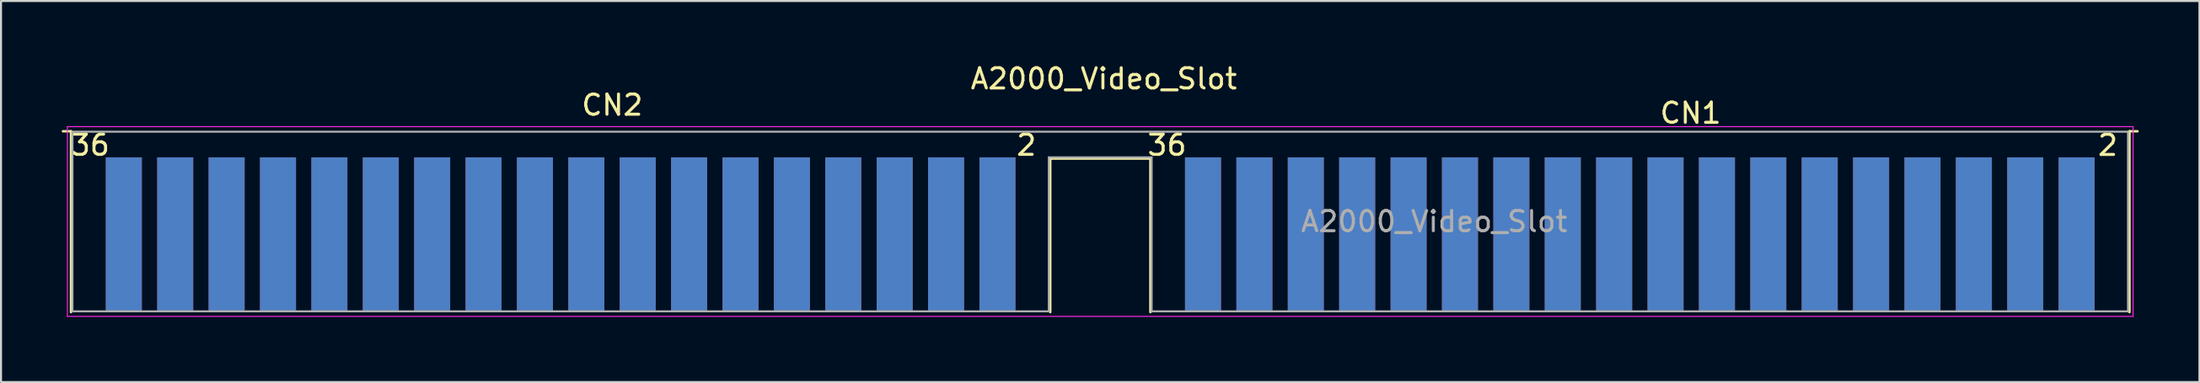
<source format=kicad_pcb>
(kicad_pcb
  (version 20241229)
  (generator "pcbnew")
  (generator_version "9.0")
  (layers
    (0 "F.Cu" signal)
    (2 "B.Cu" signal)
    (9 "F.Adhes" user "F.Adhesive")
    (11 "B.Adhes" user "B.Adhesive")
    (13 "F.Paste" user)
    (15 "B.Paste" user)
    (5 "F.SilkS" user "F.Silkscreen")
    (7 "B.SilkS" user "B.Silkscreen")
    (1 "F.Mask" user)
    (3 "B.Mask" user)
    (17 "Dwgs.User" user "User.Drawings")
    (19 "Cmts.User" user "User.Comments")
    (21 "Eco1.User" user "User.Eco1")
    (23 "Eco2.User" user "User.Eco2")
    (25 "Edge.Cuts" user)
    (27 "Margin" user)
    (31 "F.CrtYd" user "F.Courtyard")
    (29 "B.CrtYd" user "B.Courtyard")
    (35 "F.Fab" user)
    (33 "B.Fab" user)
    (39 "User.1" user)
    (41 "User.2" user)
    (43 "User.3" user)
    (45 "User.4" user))
  (footprint "A2000_Video_Slot"
    (layer "F.Cu")
    (at 102.38 12.608)
    (property "Reference" "A2000_Video_Slot" (at -50.87 -11.76 0) (layer "F.SilkS") (effects (font (size 1 1) (thickness 0.15))))
    (attr exclude_from_pos_files exclude_from_bom)
    (fp_line (start -101.92 -9.16) (end -102.32 -9.16) (stroke (width 0.12) (type solid)) (layer "F.SilkS"))
    (fp_line (start -101.92 -0.21) (end -101.92 -9.16) (stroke (width 0.12) (type solid)) (layer "F.SilkS"))
    (fp_line (start -53.52 -7.81) (end -48.57 -7.81) (stroke (width 0.12) (type solid)) (layer "F.SilkS"))
    (fp_line (start -53.52 -0.21) (end -53.52 -7.81) (stroke (width 0.12) (type solid)) (layer "F.SilkS"))
    (fp_line (start -48.57 -7.81) (end -48.57 -0.21) (stroke (width 0.12) (type solid)) (layer "F.SilkS"))
    (fp_line (start -0.18 -9.16) (end 0.22 -9.16) (stroke (width 0.12) (type solid)) (layer "F.SilkS"))
    (fp_line (start -0.18 -0.21) (end -0.18 -9.16) (stroke (width 0.12) (type solid)) (layer "F.SilkS"))
    (fp_line (start -102.1 -9.39) (end -102.1 0) (stroke (width 0.05) (type solid)) (layer "F.CrtYd"))
    (fp_line (start -102.1 -9.39) (end 0 -9.39) (stroke (width 0.05) (type solid)) (layer "F.CrtYd"))
    (fp_line (start 0 0) (end -102.1 0) (stroke (width 0.05) (type solid)) (layer "F.CrtYd"))
    (fp_line (start 0 0) (end 0 -9.39) (stroke (width 0.05) (type solid)) (layer "F.CrtYd"))
    (fp_line (start -101.85 -9.14) (end -0.25 -9.14) (stroke (width 0.1) (type solid)) (layer "F.Fab"))
    (fp_line (start -101.85 -0.25) (end -101.85 -9.14) (stroke (width 0.1) (type solid)) (layer "F.Fab"))
    (fp_line (start -53.59 -7.87) (end -53.59 -0.25) (stroke (width 0.1) (type solid)) (layer "F.Fab"))
    (fp_line (start -53.59 -0.25) (end -101.85 -0.25) (stroke (width 0.1) (type solid)) (layer "F.Fab"))
    (fp_line (start -48.51 -7.87) (end -53.59 -7.87) (stroke (width 0.1) (type solid)) (layer "F.Fab"))
    (fp_line (start -48.51 -0.25) (end -48.51 -7.87) (stroke (width 0.1) (type solid)) (layer "F.Fab"))
    (fp_line (start -0.25 -9.14) (end -0.25 -0.25) (stroke (width 0.1) (type solid)) (layer "F.Fab"))
    (fp_line (start -0.25 -0.25) (end -48.51 -0.25) (stroke (width 0.1) (type solid)) (layer "F.Fab"))
    (fp_text user "36" (at -100.975 -8.475 0) (layer "F.SilkS") (effects (font (size 1 1) (thickness 0.15))))
    (fp_text user "CN2" (at -75.17 -10.46 0) (layer "F.SilkS") (effects (font (size 1 1) (thickness 0.15))))
    (fp_text user "2" (at -1.25 -8.47 0) (layer "F.SilkS") (effects (font (size 1 1) (thickness 0.15))))
    (fp_text user "2" (at -54.7 -8.475 0) (layer "F.SilkS") (effects (font (size 1 1) (thickness 0.15))))
    (fp_text user "36" (at -47.75 -8.475 0) (layer "F.SilkS") (effects (font (size 1 1) (thickness 0.15))))
    (fp_text user "CN1" (at -21.87 -10.06 0) (layer "F.SilkS") (effects (font (size 1 1) (thickness 0.15))))
    (fp_text user "${REFERENCE}" (at -34.54 -4.695 0) (layer "F.Fab") (effects (font (size 1 1) (thickness 0.15))))
    (pad "1" connect rect (at -2.79 -4.06) (size 1.78 7.62) (layers "B.Cu" "B.Mask"))
    (pad "2" connect rect (at -2.79 -4.06) (size 1.78 7.62) (layers "F.Cu" "F.Mask"))
    (pad "3" connect rect (at -5.33 -4.06) (size 1.78 7.62) (layers "B.Cu" "B.Mask"))
    (pad "4" connect rect (at -5.33 -4.06) (size 1.78 7.62) (layers "F.Cu" "F.Mask"))
    (pad "5" connect rect (at -7.87 -4.06) (size 1.78 7.62) (layers "B.Cu" "B.Mask"))
    (pad "6" connect rect (at -7.87 -4.06) (size 1.78 7.62) (layers "F.Cu" "F.Mask"))
    (pad "7" connect rect (at -10.41 -4.06) (size 1.78 7.62) (layers "B.Cu" "B.Mask"))
    (pad "8" connect rect (at -10.41 -4.06) (size 1.78 7.62) (layers "F.Cu" "F.Mask"))
    (pad "9" connect rect (at -12.95 -4.06) (size 1.78 7.62) (layers "B.Cu" "B.Mask"))
    (pad "10" connect rect (at -12.95 -4.06) (size 1.78 7.62) (layers "F.Cu" "F.Mask"))
    (pad "11" connect rect (at -15.49 -4.06) (size 1.78 7.62) (layers "B.Cu" "B.Mask"))
    (pad "12" connect rect (at -15.49 -4.06) (size 1.78 7.62) (layers "F.Cu" "F.Mask"))
    (pad "13" connect rect (at -18.03 -4.06) (size 1.78 7.62) (layers "B.Cu" "B.Mask"))
    (pad "14" connect rect (at -18.03 -4.06) (size 1.78 7.62) (layers "F.Cu" "F.Mask"))
    (pad "15" connect rect (at -20.57 -4.06) (size 1.78 7.62) (layers "B.Cu" "B.Mask"))
    (pad "16" connect rect (at -20.57 -4.06) (size 1.78 7.62) (layers "F.Cu" "F.Mask"))
    (pad "17" connect rect (at -23.11 -4.06) (size 1.78 7.62) (layers "B.Cu" "B.Mask"))
    (pad "18" connect rect (at -23.11 -4.06) (size 1.78 7.62) (layers "F.Cu" "F.Mask"))
    (pad "19" connect rect (at -25.65 -4.06) (size 1.78 7.62) (layers "B.Cu" "B.Mask"))
    (pad "20" connect rect (at -25.65 -4.06) (size 1.78 7.62) (layers "F.Cu" "F.Mask"))
    (pad "21" connect rect (at -28.19 -4.06) (size 1.78 7.62) (layers "B.Cu" "B.Mask"))
    (pad "22" connect rect (at -28.19 -4.06) (size 1.78 7.62) (layers "F.Cu" "F.Mask"))
    (pad "23" connect rect (at -30.73 -4.06) (size 1.78 7.62) (layers "B.Cu" "B.Mask"))
    (pad "24" connect rect (at -30.73 -4.06) (size 1.78 7.62) (layers "F.Cu" "F.Mask"))
    (pad "25" connect rect (at -33.27 -4.06) (size 1.78 7.62) (layers "B.Cu" "B.Mask"))
    (pad "26" connect rect (at -33.27 -4.06) (size 1.78 7.62) (layers "F.Cu" "F.Mask"))
    (pad "27" connect rect (at -35.81 -4.06) (size 1.78 7.62) (layers "B.Cu" "B.Mask"))
    (pad "28" connect rect (at -35.81 -4.06) (size 1.78 7.62) (layers "F.Cu" "F.Mask"))
    (pad "29" connect rect (at -38.35 -4.06) (size 1.78 7.62) (layers "B.Cu" "B.Mask"))
    (pad "30" connect rect (at -38.35 -4.06) (size 1.78 7.62) (layers "F.Cu" "F.Mask"))
    (pad "31" connect rect (at -40.89 -4.06) (size 1.78 7.62) (layers "B.Cu" "B.Mask"))
    (pad "32" connect rect (at -40.89 -4.06) (size 1.78 7.62) (layers "F.Cu" "F.Mask"))
    (pad "33" connect rect (at -43.43 -4.06) (size 1.78 7.62) (layers "B.Cu" "B.Mask"))
    (pad "34" connect rect (at -43.43 -4.06) (size 1.78 7.62) (layers "F.Cu" "F.Mask"))
    (pad "35" connect rect (at -45.97 -4.06) (size 1.78 7.62) (layers "B.Cu" "B.Mask"))
    (pad "36" connect rect (at -45.97 -4.06) (size 1.78 7.62) (layers "F.Cu" "F.Mask"))
    (pad "37" connect rect (at -56.13 -4.06) (size 1.78 7.62) (layers "B.Cu" "B.Mask"))
    (pad "38" connect rect (at -56.13 -4.06) (size 1.78 7.62) (layers "F.Cu" "F.Mask"))
    (pad "39" connect rect (at -58.67 -4.06) (size 1.78 7.62) (layers "B.Cu" "B.Mask"))
    (pad "40" connect rect (at -58.67 -4.06) (size 1.78 7.62) (layers "F.Cu" "F.Mask"))
    (pad "41" connect rect (at -61.21 -4.06) (size 1.78 7.62) (layers "B.Cu" "B.Mask"))
    (pad "42" connect rect (at -61.21 -4.06) (size 1.78 7.62) (layers "F.Cu" "F.Mask"))
    (pad "43" connect rect (at -63.75 -4.06) (size 1.78 7.62) (layers "B.Cu" "B.Mask"))
    (pad "44" connect rect (at -63.75 -4.06) (size 1.78 7.62) (layers "F.Cu" "F.Mask"))
    (pad "45" connect rect (at -66.29 -4.06) (size 1.78 7.62) (layers "B.Cu" "B.Mask"))
    (pad "46" connect rect (at -66.29 -4.06) (size 1.78 7.62) (layers "F.Cu" "F.Mask"))
    (pad "47" connect rect (at -68.83 -4.06) (size 1.78 7.62) (layers "B.Cu" "B.Mask"))
    (pad "48" connect rect (at -68.83 -4.06) (size 1.78 7.62) (layers "F.Cu" "F.Mask"))
    (pad "49" connect rect (at -71.37 -4.06) (size 1.78 7.62) (layers "B.Cu" "B.Mask"))
    (pad "50" connect rect (at -71.37 -4.06) (size 1.78 7.62) (layers "F.Cu" "F.Mask"))
    (pad "51" connect rect (at -73.91 -4.06) (size 1.78 7.62) (layers "B.Cu" "B.Mask"))
    (pad "52" connect rect (at -73.91 -4.06) (size 1.78 7.62) (layers "F.Cu" "F.Mask"))
    (pad "53" connect rect (at -76.45 -4.06) (size 1.78 7.62) (layers "B.Cu" "B.Mask"))
    (pad "54" connect rect (at -76.45 -4.06) (size 1.78 7.62) (layers "F.Cu" "F.Mask"))
    (pad "55" connect rect (at -78.99 -4.06) (size 1.78 7.62) (layers "B.Cu" "B.Mask"))
    (pad "56" connect rect (at -78.99 -4.06) (size 1.78 7.62) (layers "F.Cu" "F.Mask"))
    (pad "57" connect rect (at -81.53 -4.06) (size 1.78 7.62) (layers "B.Cu" "B.Mask"))
    (pad "58" connect rect (at -81.53 -4.06) (size 1.78 7.62) (layers "F.Cu" "F.Mask"))
    (pad "59" connect rect (at -84.07 -4.06) (size 1.78 7.62) (layers "B.Cu" "B.Mask"))
    (pad "60" connect rect (at -84.07 -4.06) (size 1.78 7.62) (layers "F.Cu" "F.Mask"))
    (pad "61" connect rect (at -86.61 -4.06) (size 1.78 7.62) (layers "B.Cu" "B.Mask"))
    (pad "62" connect rect (at -86.61 -4.06) (size 1.78 7.62) (layers "F.Cu" "F.Mask"))
    (pad "63" connect rect (at -89.15 -4.06) (size 1.78 7.62) (layers "B.Cu" "B.Mask"))
    (pad "64" connect rect (at -89.15 -4.06) (size 1.78 7.62) (layers "F.Cu" "F.Mask"))
    (pad "65" connect rect (at -91.69 -4.06) (size 1.78 7.62) (layers "B.Cu" "B.Mask"))
    (pad "66" connect rect (at -91.69 -4.06) (size 1.78 7.62) (layers "F.Cu" "F.Mask"))
    (pad "67" connect rect (at -94.23 -4.06) (size 1.78 7.62) (layers "B.Cu" "B.Mask"))
    (pad "68" connect rect (at -94.23 -4.06) (size 1.78 7.62) (layers "F.Cu" "F.Mask"))
    (pad "69" connect rect (at -96.77 -4.06) (size 1.78 7.62) (layers "B.Cu" "B.Mask"))
    (pad "70" connect rect (at -96.77 -4.06) (size 1.78 7.62) (layers "F.Cu" "F.Mask"))
    (pad "71" connect rect (at -99.31 -4.06) (size 1.78 7.62) (layers "B.Cu" "B.Mask"))
    (pad "72" connect rect (at -99.31 -4.06) (size 1.78 7.62) (layers "F.Cu" "F.Mask")))
  (gr_rect
    (start -3 -3)
    (end 105.66 15.858)
    (stroke (width 0.1) (type default))
    (fill no)
    (layer "Edge.Cuts")))
</source>
